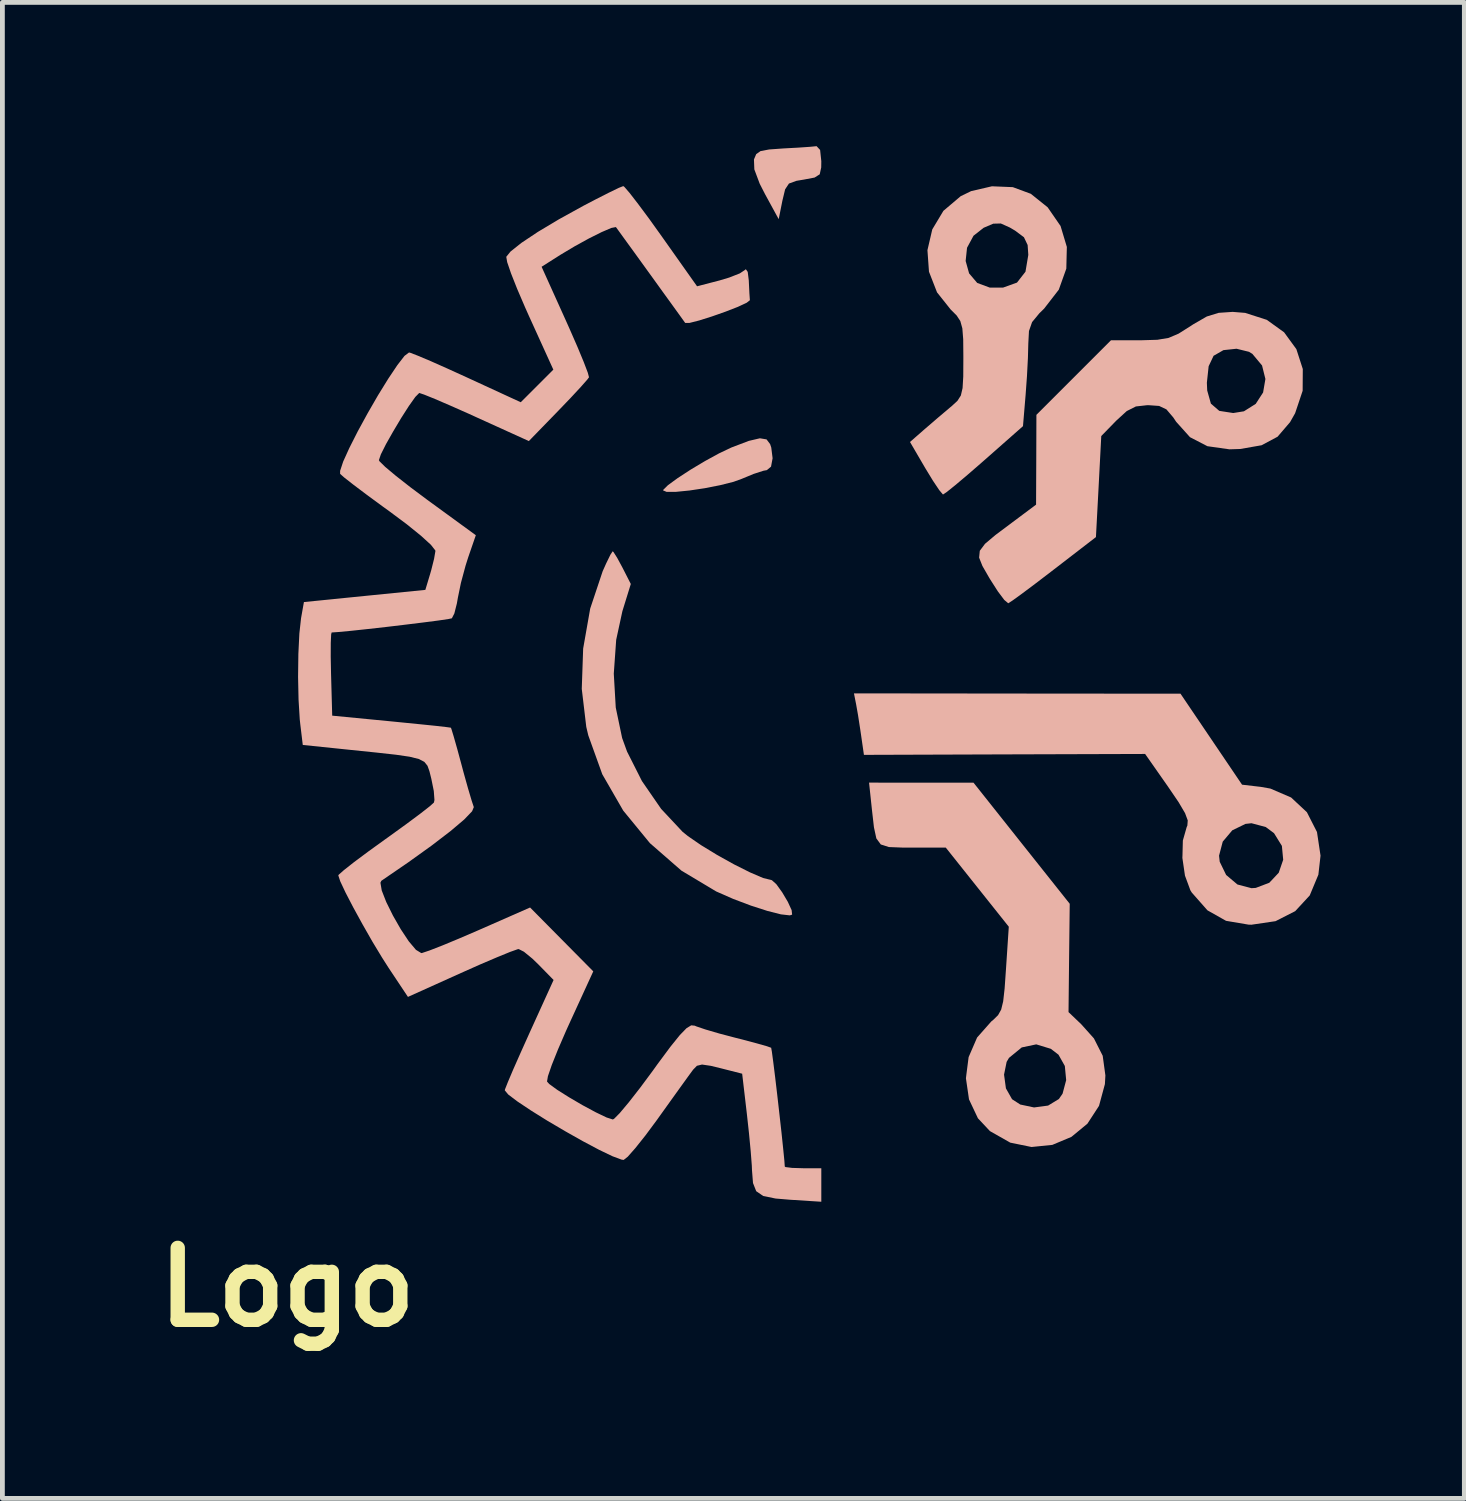
<source format=kicad_pcb>
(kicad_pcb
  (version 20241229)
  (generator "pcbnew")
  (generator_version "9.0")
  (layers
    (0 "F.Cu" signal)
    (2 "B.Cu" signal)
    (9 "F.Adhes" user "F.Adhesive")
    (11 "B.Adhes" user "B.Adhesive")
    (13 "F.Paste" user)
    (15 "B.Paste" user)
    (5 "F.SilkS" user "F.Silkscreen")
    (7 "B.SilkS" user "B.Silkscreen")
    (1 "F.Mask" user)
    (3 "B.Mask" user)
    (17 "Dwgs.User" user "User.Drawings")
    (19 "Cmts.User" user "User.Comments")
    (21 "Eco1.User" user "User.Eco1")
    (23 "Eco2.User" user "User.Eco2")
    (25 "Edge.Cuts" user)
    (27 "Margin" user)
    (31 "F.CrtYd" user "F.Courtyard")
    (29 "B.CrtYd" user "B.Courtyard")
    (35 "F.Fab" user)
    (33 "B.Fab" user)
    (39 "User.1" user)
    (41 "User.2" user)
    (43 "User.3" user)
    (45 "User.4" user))
  (footprint "Logo"
    (layer "F.Cu")
    (at 13.363 11.583)
    (property "Reference" "Logo" (at -10.42 12.22 0) (layer "F.SilkS") (effects (font (size 1.5 1.5) (thickness 0.3))))
    (attr board_only exclude_from_pos_files exclude_from_bom)
    (fp_poly (pts (xy -0.092 -10.446) (xy -0.035 -10.683) (xy 0.045 -10.804) (xy 0.202 -10.861) (xy 0.352 -10.886) (xy 0.58 -10.929) (xy 0.687 -10.997) (xy 0.718 -11.14) (xy 0.72 -11.27) (xy 0.695 -11.505) (xy 0.622 -11.583) (xy 0.614 -11.583) (xy 0.479 -11.57) (xy 0.231 -11.553) (xy -0.063 -11.537) (xy -0.369 -11.515) (xy -0.548 -11.481) (xy -0.638 -11.418) (xy -0.683 -11.312) (xy -0.685 -11.303) (xy -0.677 -11.099) (xy -0.565 -10.8) (xy -0.453 -10.581) (xy -0.169 -10.061)) (stroke (width 0) (type solid)) (fill yes) (layer "B.SilkS"))
    (fp_poly (pts (xy -2.309 -4.373) (xy -2.029 -4.401) (xy -1.709 -4.449) (xy -1.389 -4.512) (xy -1.111 -4.582) (xy -0.945 -4.642) (xy -0.691 -4.747) (xy -0.487 -4.813) (xy -0.416 -4.826) (xy -0.329 -4.898) (xy -0.296 -5.074) (xy -0.324 -5.297) (xy -0.348 -5.369) (xy -0.422 -5.467) (xy -0.561 -5.49) (xy -0.792 -5.436) (xy -1.142 -5.303) (xy -1.162 -5.295) (xy -1.412 -5.176) (xy -1.705 -5.016) (xy -2.006 -4.836) (xy -2.276 -4.66) (xy -2.479 -4.512) (xy -2.577 -4.415) (xy -2.581 -4.403) (xy -2.507 -4.372)) (stroke (width 0) (type solid)) (fill yes) (layer "B.SilkS"))
    (fp_poly (pts (xy 0.111 4.447) (xy 0.101 4.353) (xy 0.021 4.179) (xy -0.097 3.98) (xy -0.219 3.811) (xy -0.313 3.727) (xy -0.324 3.725) (xy -0.496 3.682) (xy -0.768 3.565) (xy -1.101 3.398) (xy -1.455 3.201) (xy -1.789 2.997) (xy -2.065 2.807) (xy -2.176 2.717) (xy -2.622 2.24) (xy -3.022 1.66) (xy -3.332 1.046) (xy -3.435 0.762) (xy -3.568 0.127) (xy -3.609 -0.58) (xy -3.559 -1.286) (xy -3.43 -1.882) (xy -3.254 -2.451) (xy -3.428 -2.792) (xy -3.538 -2.996) (xy -3.615 -3.117) (xy -3.632 -3.133) (xy -3.679 -3.062) (xy -3.768 -2.88) (xy -3.841 -2.717) (xy -4.101 -1.938) (xy -4.248 -1.103) (xy -4.277 -0.263) (xy -4.183 0.53) (xy -4.141 0.707) (xy -3.849 1.519) (xy -3.412 2.277) (xy -2.855 2.956) (xy -2.198 3.529) (xy -1.473 3.963) (xy -1.118 4.119) (xy -0.75 4.258) (xy -0.406 4.369) (xy -0.123 4.441) (xy 0.063 4.462)) (stroke (width 0) (type solid)) (fill yes) (layer "B.SilkS"))
    (fp_poly (pts (xy 10.196 4.583) (xy 10.606 4.374) (xy 10.909 4.046) (xy 11.089 3.614) (xy 11.134 3.217) (xy 11.06 2.723) (xy 10.85 2.311) (xy 10.52 2.003) (xy 10.088 1.817) (xy 9.891 1.782) (xy 9.497 1.736) (xy 8.855 0.787) (xy 8.213 -0.162) (xy 4.807 -0.165) (xy 1.401 -0.169) (xy 1.447 0.064) (xy 1.487 0.291) (xy 1.533 0.589) (xy 1.55 0.705) (xy 1.609 1.114) (xy 4.542 1.104) (xy 7.475 1.095) (xy 7.952 1.776) (xy 8.175 2.104) (xy 8.308 2.33) (xy 8.364 2.481) (xy 8.356 2.589) (xy 8.342 2.62) (xy 8.262 2.901) (xy 8.254 3.217) (xy 9.017 3.217) (xy 9.094 2.924) (xy 9.293 2.688) (xy 9.568 2.554) (xy 9.694 2.54) (xy 9.991 2.619) (xy 10.164 2.748) (xy 10.328 3.013) (xy 10.355 3.302) (xy 10.262 3.573) (xy 10.065 3.782) (xy 9.783 3.889) (xy 9.694 3.895) (xy 9.401 3.818) (xy 9.165 3.619) (xy 9.031 3.344) (xy 9.017 3.217) (xy 8.254 3.217) (xy 8.252 3.263) (xy 8.306 3.633) (xy 8.419 3.939) (xy 8.448 3.986) (xy 8.775 4.357) (xy 9.163 4.576) (xy 9.636 4.656) (xy 9.694 4.657)) (stroke (width 0) (type solid)) (fill yes) (layer "B.SilkS"))
    (fp_poly (pts (xy 5.539 9.25) (xy 5.937 9.083) (xy 6.271 8.808) (xy 6.513 8.436) (xy 6.636 7.982) (xy 6.646 7.801) (xy 6.59 7.391) (xy 6.407 7.029) (xy 6.142 6.733) (xy 5.877 6.48) (xy 5.889 5.35) (xy 5.902 4.22) (xy 4.898 2.957) (xy 3.895 1.694) (xy 2.805 1.694) (xy 1.716 1.693) (xy 1.776 2.258) (xy 1.818 2.626) (xy 1.868 2.857) (xy 1.961 2.983) (xy 2.13 3.037) (xy 2.409 3.048) (xy 2.619 3.048) (xy 3.316 3.048) (xy 3.973 3.873) (xy 4.631 4.699) (xy 4.572 5.588) (xy 4.544 5.988) (xy 4.514 6.255) (xy 4.472 6.428) (xy 4.407 6.544) (xy 4.309 6.64) (xy 4.266 6.675) (xy 3.97 7.01) (xy 3.793 7.419) (xy 3.746 7.784) (xy 4.532 7.784) (xy 4.586 7.518) (xy 4.635 7.435) (xy 4.901 7.217) (xy 5.204 7.153) (xy 5.508 7.246) (xy 5.668 7.369) (xy 5.8 7.604) (xy 5.828 7.899) (xy 5.753 8.181) (xy 5.676 8.293) (xy 5.451 8.43) (xy 5.158 8.469) (xy 4.87 8.408) (xy 4.699 8.297) (xy 4.571 8.071) (xy 4.532 7.784) (xy 3.746 7.784) (xy 3.737 7.862) (xy 3.801 8.301) (xy 3.987 8.695) (xy 4.237 8.962) (xy 4.661 9.203) (xy 5.105 9.294)) (stroke (width 0) (type solid)) (fill yes) (layer "B.SilkS"))
    (fp_poly (pts (xy 3.339 -4.371) (xy 3.518 -4.515) (xy 3.773 -4.73) (xy 4.077 -4.994) (xy 4.118 -5.03) (xy 4.927 -5.743) (xy 4.982 -6.398) (xy 5.01 -6.784) (xy 5.03 -7.168) (xy 5.038 -7.466) (xy 5.038 -7.467) (xy 5.052 -7.728) (xy 5.117 -7.914) (xy 5.268 -8.097) (xy 5.368 -8.195) (xy 5.674 -8.59) (xy 5.831 -9.029) (xy 5.842 -9.482) (xy 5.711 -9.918) (xy 5.442 -10.308) (xy 5.091 -10.59) (xy 4.715 -10.729) (xy 4.28 -10.747) (xy 3.845 -10.646) (xy 3.627 -10.54) (xy 3.267 -10.235) (xy 3.035 -9.848) (xy 2.934 -9.414) (xy 2.95 -9.189) (xy 3.731 -9.189) (xy 3.76 -9.465) (xy 3.895 -9.715) (xy 4.106 -9.881) (xy 4.307 -9.967) (xy 4.465 -9.971) (xy 4.654 -9.886) (xy 4.762 -9.822) (xy 4.947 -9.684) (xy 5.024 -9.522) (xy 5.038 -9.315) (xy 4.979 -8.965) (xy 4.802 -8.738) (xy 4.51 -8.633) (xy 4.233 -8.634) (xy 3.972 -8.731) (xy 3.803 -8.93) (xy 3.731 -9.189) (xy 2.95 -9.189) (xy 2.966 -8.965) (xy 3.134 -8.534) (xy 3.419 -8.176) (xy 3.543 -8.052) (xy 3.62 -7.935) (xy 3.662 -7.784) (xy 3.68 -7.555) (xy 3.683 -7.205) (xy 3.683 -7.146) (xy 3.681 -6.778) (xy 3.667 -6.538) (xy 3.631 -6.383) (xy 3.56 -6.272) (xy 3.443 -6.164) (xy 3.408 -6.135) (xy 3.154 -5.92) (xy 2.888 -5.691) (xy 2.851 -5.659) (xy 2.57 -5.413) (xy 2.89 -4.865) (xy 3.05 -4.603) (xy 3.18 -4.409) (xy 3.255 -4.32) (xy 3.26 -4.318)) (stroke (width 0) (type solid)) (fill yes) (layer "B.SilkS"))
    (fp_poly (pts (xy 4.622 -2.05) (xy 4.712 -2.108) (xy 4.908 -2.25) (xy 5.183 -2.456) (xy 5.509 -2.705) (xy 5.57 -2.752) (xy 6.449 -3.429) (xy 6.505 -4.483) (xy 6.56 -5.537) (xy 6.874 -5.859) (xy 7.092 -6.058) (xy 7.282 -6.154) (xy 7.513 -6.18) (xy 7.541 -6.181) (xy 7.767 -6.165) (xy 7.919 -6.093) (xy 8.062 -5.925) (xy 8.122 -5.835) (xy 8.411 -5.513) (xy 8.774 -5.325) (xy 9.233 -5.26) (xy 9.46 -5.267) (xy 9.905 -5.345) (xy 10.238 -5.523) (xy 10.498 -5.826) (xy 10.604 -6.013) (xy 10.761 -6.481) (xy 10.764 -6.935) (xy 10.63 -7.35) (xy 10.374 -7.701) (xy 10.013 -7.961) (xy 9.562 -8.106) (xy 9.301 -8.127) (xy 9.009 -8.107) (xy 8.762 -8.031) (xy 8.481 -7.869) (xy 8.424 -7.832) (xy 8.173 -7.673) (xy 7.964 -7.584) (xy 7.73 -7.545) (xy 7.4 -7.535) (xy 7.374 -7.535) (xy 6.763 -7.535) (xy 5.985 -6.757) (xy 5.877 -6.649) (xy 8.763 -6.649) (xy 8.8 -6.993) (xy 8.903 -7.211) (xy 9.109 -7.329) (xy 9.382 -7.358) (xy 9.642 -7.294) (xy 9.712 -7.251) (xy 9.914 -7.009) (xy 9.984 -6.727) (xy 9.936 -6.446) (xy 9.782 -6.208) (xy 9.536 -6.053) (xy 9.313 -6.017) (xy 9.022 -6.062) (xy 8.847 -6.213) (xy 8.77 -6.487) (xy 8.763 -6.649) (xy 5.877 -6.649) (xy 5.207 -5.979) (xy 5.204 -5.043) (xy 5.2 -4.106) (xy 4.69 -3.725) (xy 4.352 -3.472) (xy 4.135 -3.289) (xy 4.026 -3.143) (xy 4.012 -3) (xy 4.081 -2.826) (xy 4.218 -2.588) (xy 4.242 -2.548) (xy 4.403 -2.296) (xy 4.537 -2.118) (xy 4.618 -2.049)) (stroke (width 0) (type solid)) (fill yes) (layer "B.SilkS"))
    (fp_poly (pts (xy 0.72 10.086) (xy 0.72 9.737) (xy 0.339 9.737) (xy 0.111 9.73) (xy -0.025 9.713) (xy -0.042 9.703) (xy -0.051 9.575) (xy -0.076 9.325) (xy -0.111 8.99) (xy -0.154 8.607) (xy -0.199 8.21) (xy -0.243 7.838) (xy -0.282 7.525) (xy -0.311 7.308) (xy -0.326 7.224) (xy -0.415 7.192) (xy -0.63 7.131) (xy -0.93 7.051) (xy -1.066 7.017) (xy -1.408 6.927) (xy -1.698 6.842) (xy -1.887 6.778) (xy -1.921 6.763) (xy -1.994 6.756) (xy -2.092 6.816) (xy -2.231 6.959) (xy -2.427 7.202) (xy -2.696 7.564) (xy -2.797 7.705) (xy -3.062 8.062) (xy -3.298 8.364) (xy -3.485 8.587) (xy -3.603 8.706) (xy -3.629 8.72) (xy -3.76 8.678) (xy -3.985 8.57) (xy -4.26 8.422) (xy -4.542 8.257) (xy -4.788 8.102) (xy -4.956 7.98) (xy -5.002 7.928) (xy -4.983 7.817) (xy -4.903 7.584) (xy -4.773 7.259) (xy -4.606 6.873) (xy -4.54 6.727) (xy -4.037 5.63) (xy -4.696 4.964) (xy -5.355 4.298) (xy -6.438 4.774) (xy -6.838 4.946) (xy -7.187 5.091) (xy -7.454 5.195) (xy -7.606 5.246) (xy -7.625 5.249) (xy -7.736 5.181) (xy -7.886 5.003) (xy -8.053 4.751) (xy -8.216 4.466) (xy -8.356 4.183) (xy -8.45 3.942) (xy -8.477 3.781) (xy -8.458 3.741) (xy -7.892 3.353) (xy -7.406 3.004) (xy -7.015 2.704) (xy -6.73 2.463) (xy -6.565 2.291) (xy -6.529 2.204) (xy -6.574 2.068) (xy -6.65 1.812) (xy -6.742 1.483) (xy -6.786 1.318) (xy -6.876 0.986) (xy -6.95 0.726) (xy -6.997 0.572) (xy -7.008 0.547) (xy -7.094 0.535) (xy -7.319 0.509) (xy -7.652 0.475) (xy -8.063 0.434) (xy -8.255 0.415) (xy -9.483 0.296) (xy -9.507 -0.572) (xy -9.514 -0.932) (xy -9.513 -1.219) (xy -9.505 -1.398) (xy -9.495 -1.439) (xy -9.351 -1.449) (xy -9.087 -1.474) (xy -8.741 -1.511) (xy -8.35 -1.555) (xy -7.949 -1.603) (xy -7.575 -1.649) (xy -7.266 -1.689) (xy -7.057 -1.72) (xy -6.987 -1.735) (xy -6.935 -1.836) (xy -6.882 -2.046) (xy -6.862 -2.161) (xy -6.798 -2.473) (xy -6.701 -2.833) (xy -6.646 -3.007) (xy -6.487 -3.468) (xy -7.498 -4.205) (xy -7.854 -4.471) (xy -8.155 -4.707) (xy -8.377 -4.893) (xy -8.496 -5.01) (xy -8.509 -5.034) (xy -8.468 -5.155) (xy -8.361 -5.368) (xy -8.211 -5.633) (xy -8.044 -5.913) (xy -7.882 -6.166) (xy -7.749 -6.353) (xy -7.669 -6.434) (xy -7.665 -6.435) (xy -7.564 -6.401) (xy -7.339 -6.31) (xy -7.019 -6.172) (xy -6.635 -6.002) (xy -6.484 -5.933) (xy -5.381 -5.432) (xy -4.765 -6.066) (xy -4.507 -6.335) (xy -4.298 -6.56) (xy -4.163 -6.713) (xy -4.126 -6.763) (xy -4.151 -6.858) (xy -4.235 -7.079) (xy -4.366 -7.395) (xy -4.533 -7.777) (xy -4.609 -7.947) (xy -5.115 -9.068) (xy -4.718 -9.32) (xy -4.427 -9.494) (xy -4.129 -9.658) (xy -3.861 -9.792) (xy -3.66 -9.878) (xy -3.566 -9.896) (xy -3.564 -9.895) (xy -3.508 -9.818) (xy -3.372 -9.63) (xy -3.173 -9.356) (xy -2.931 -9.021) (xy -2.836 -8.89) (xy -2.584 -8.54) (xy -2.369 -8.243) (xy -2.211 -8.024) (xy -2.127 -7.907) (xy -2.119 -7.896) (xy -2.028 -7.897) (xy -1.827 -7.948) (xy -1.561 -8.032) (xy -1.277 -8.132) (xy -1.02 -8.232) (xy -0.836 -8.318) (xy -0.77 -8.37) (xy -0.78 -8.514) (xy -0.791 -8.742) (xy -0.793 -8.784) (xy -0.815 -8.961) (xy -0.855 -9.018) (xy -0.869 -9.004) (xy -0.98 -8.93) (xy -1.202 -8.843) (xy -1.402 -8.783) (xy -1.872 -8.661) (xy -2.612 -9.707) (xy -2.872 -10.07) (xy -3.101 -10.378) (xy -3.279 -10.608) (xy -3.388 -10.734) (xy -3.411 -10.751) (xy -3.507 -10.713) (xy -3.717 -10.611) (xy -4.008 -10.463) (xy -4.243 -10.34) (xy -4.754 -10.058) (xy -5.192 -9.796) (xy -5.534 -9.568) (xy -5.762 -9.387) (xy -5.852 -9.276) (xy -5.833 -9.165) (xy -5.753 -8.931) (xy -5.624 -8.605) (xy -5.457 -8.216) (xy -5.381 -8.046) (xy -4.87 -6.922) (xy -5.21 -6.582) (xy -5.55 -6.242) (xy -6.676 -6.761) (xy -7.08 -6.945) (xy -7.431 -7.101) (xy -7.699 -7.214) (xy -7.855 -7.274) (xy -7.881 -7.28) (xy -7.975 -7.209) (xy -8.125 -7.015) (xy -8.315 -6.731) (xy -8.528 -6.386) (xy -8.745 -6.01) (xy -8.95 -5.635) (xy -9.125 -5.289) (xy -9.254 -5.005) (xy -9.318 -4.811) (xy -9.318 -4.748) (xy -9.235 -4.674) (xy -9.041 -4.522) (xy -8.761 -4.311) (xy -8.422 -4.062) (xy -8.297 -3.972) (xy -7.928 -3.697) (xy -7.63 -3.456) (xy -7.424 -3.268) (xy -7.333 -3.152) (xy -7.33 -3.138) (xy -7.358 -2.976) (xy -7.418 -2.736) (xy -7.438 -2.667) (xy -7.54 -2.328) (xy -8.806 -2.201) (xy -10.073 -2.074) (xy -10.133 -1.736) (xy -10.168 -1.419) (xy -10.189 -0.992) (xy -10.195 -0.512) (xy -10.185 -0.037) (xy -10.16 0.374) (xy -10.149 0.475) (xy -10.097 0.907) (xy -9.112 1.009) (xy -8.56 1.066) (xy -8.153 1.111) (xy -7.866 1.153) (xy -7.677 1.2) (xy -7.561 1.26) (xy -7.495 1.342) (xy -7.455 1.454) (xy -7.417 1.606) (xy -7.415 1.614) (xy -7.364 1.867) (xy -7.35 2.055) (xy -7.361 2.108) (xy -7.445 2.184) (xy -7.642 2.338) (xy -7.924 2.548) (xy -8.265 2.795) (xy -8.384 2.88) (xy -8.733 3.132) (xy -9.027 3.351) (xy -9.24 3.519) (xy -9.348 3.615) (xy -9.356 3.629) (xy -9.315 3.752) (xy -9.205 3.986) (xy -9.044 4.296) (xy -8.851 4.648) (xy -8.645 5.009) (xy -8.443 5.343) (xy -8.306 5.558) (xy -7.903 6.163) (xy -6.796 5.664) (xy -6.394 5.485) (xy -6.042 5.335) (xy -5.773 5.225) (xy -5.616 5.169) (xy -5.593 5.165) (xy -5.483 5.221) (xy -5.306 5.366) (xy -5.18 5.488) (xy -4.865 5.81) (xy -5.375 6.932) (xy -5.555 7.333) (xy -5.708 7.679) (xy -5.819 7.941) (xy -5.878 8.09) (xy -5.883 8.112) (xy -5.812 8.198) (xy -5.621 8.343) (xy -5.339 8.531) (xy -4.998 8.744) (xy -4.626 8.963) (xy -4.256 9.172) (xy -3.915 9.353) (xy -3.636 9.487) (xy -3.448 9.557) (xy -3.403 9.564) (xy -3.318 9.497) (xy -3.159 9.317) (xy -2.948 9.052) (xy -2.707 8.727) (xy -2.685 8.696) (xy -2.438 8.351) (xy -2.219 8.046) (xy -2.051 7.813) (xy -1.957 7.685) (xy -1.955 7.682) (xy -1.875 7.6) (xy -1.768 7.574) (xy -1.584 7.601) (xy -1.387 7.649) (xy -0.931 7.765) (xy -0.833 8.603) (xy -0.789 9.005) (xy -0.753 9.383) (xy -0.73 9.679) (xy -0.726 9.779) (xy -0.705 10.046) (xy -0.638 10.216) (xy -0.492 10.316) (xy -0.235 10.369) (xy 0.076 10.395) (xy 0.72 10.436)) (stroke (width 0) (type solid)) (fill yes) (layer "B.SilkS")))
  (gr_rect
    (start -3 -3)
    (end 27.497 28.207)
    (stroke (width 0.1) (type default))
    (fill no)
    (layer "Edge.Cuts")))
</source>
